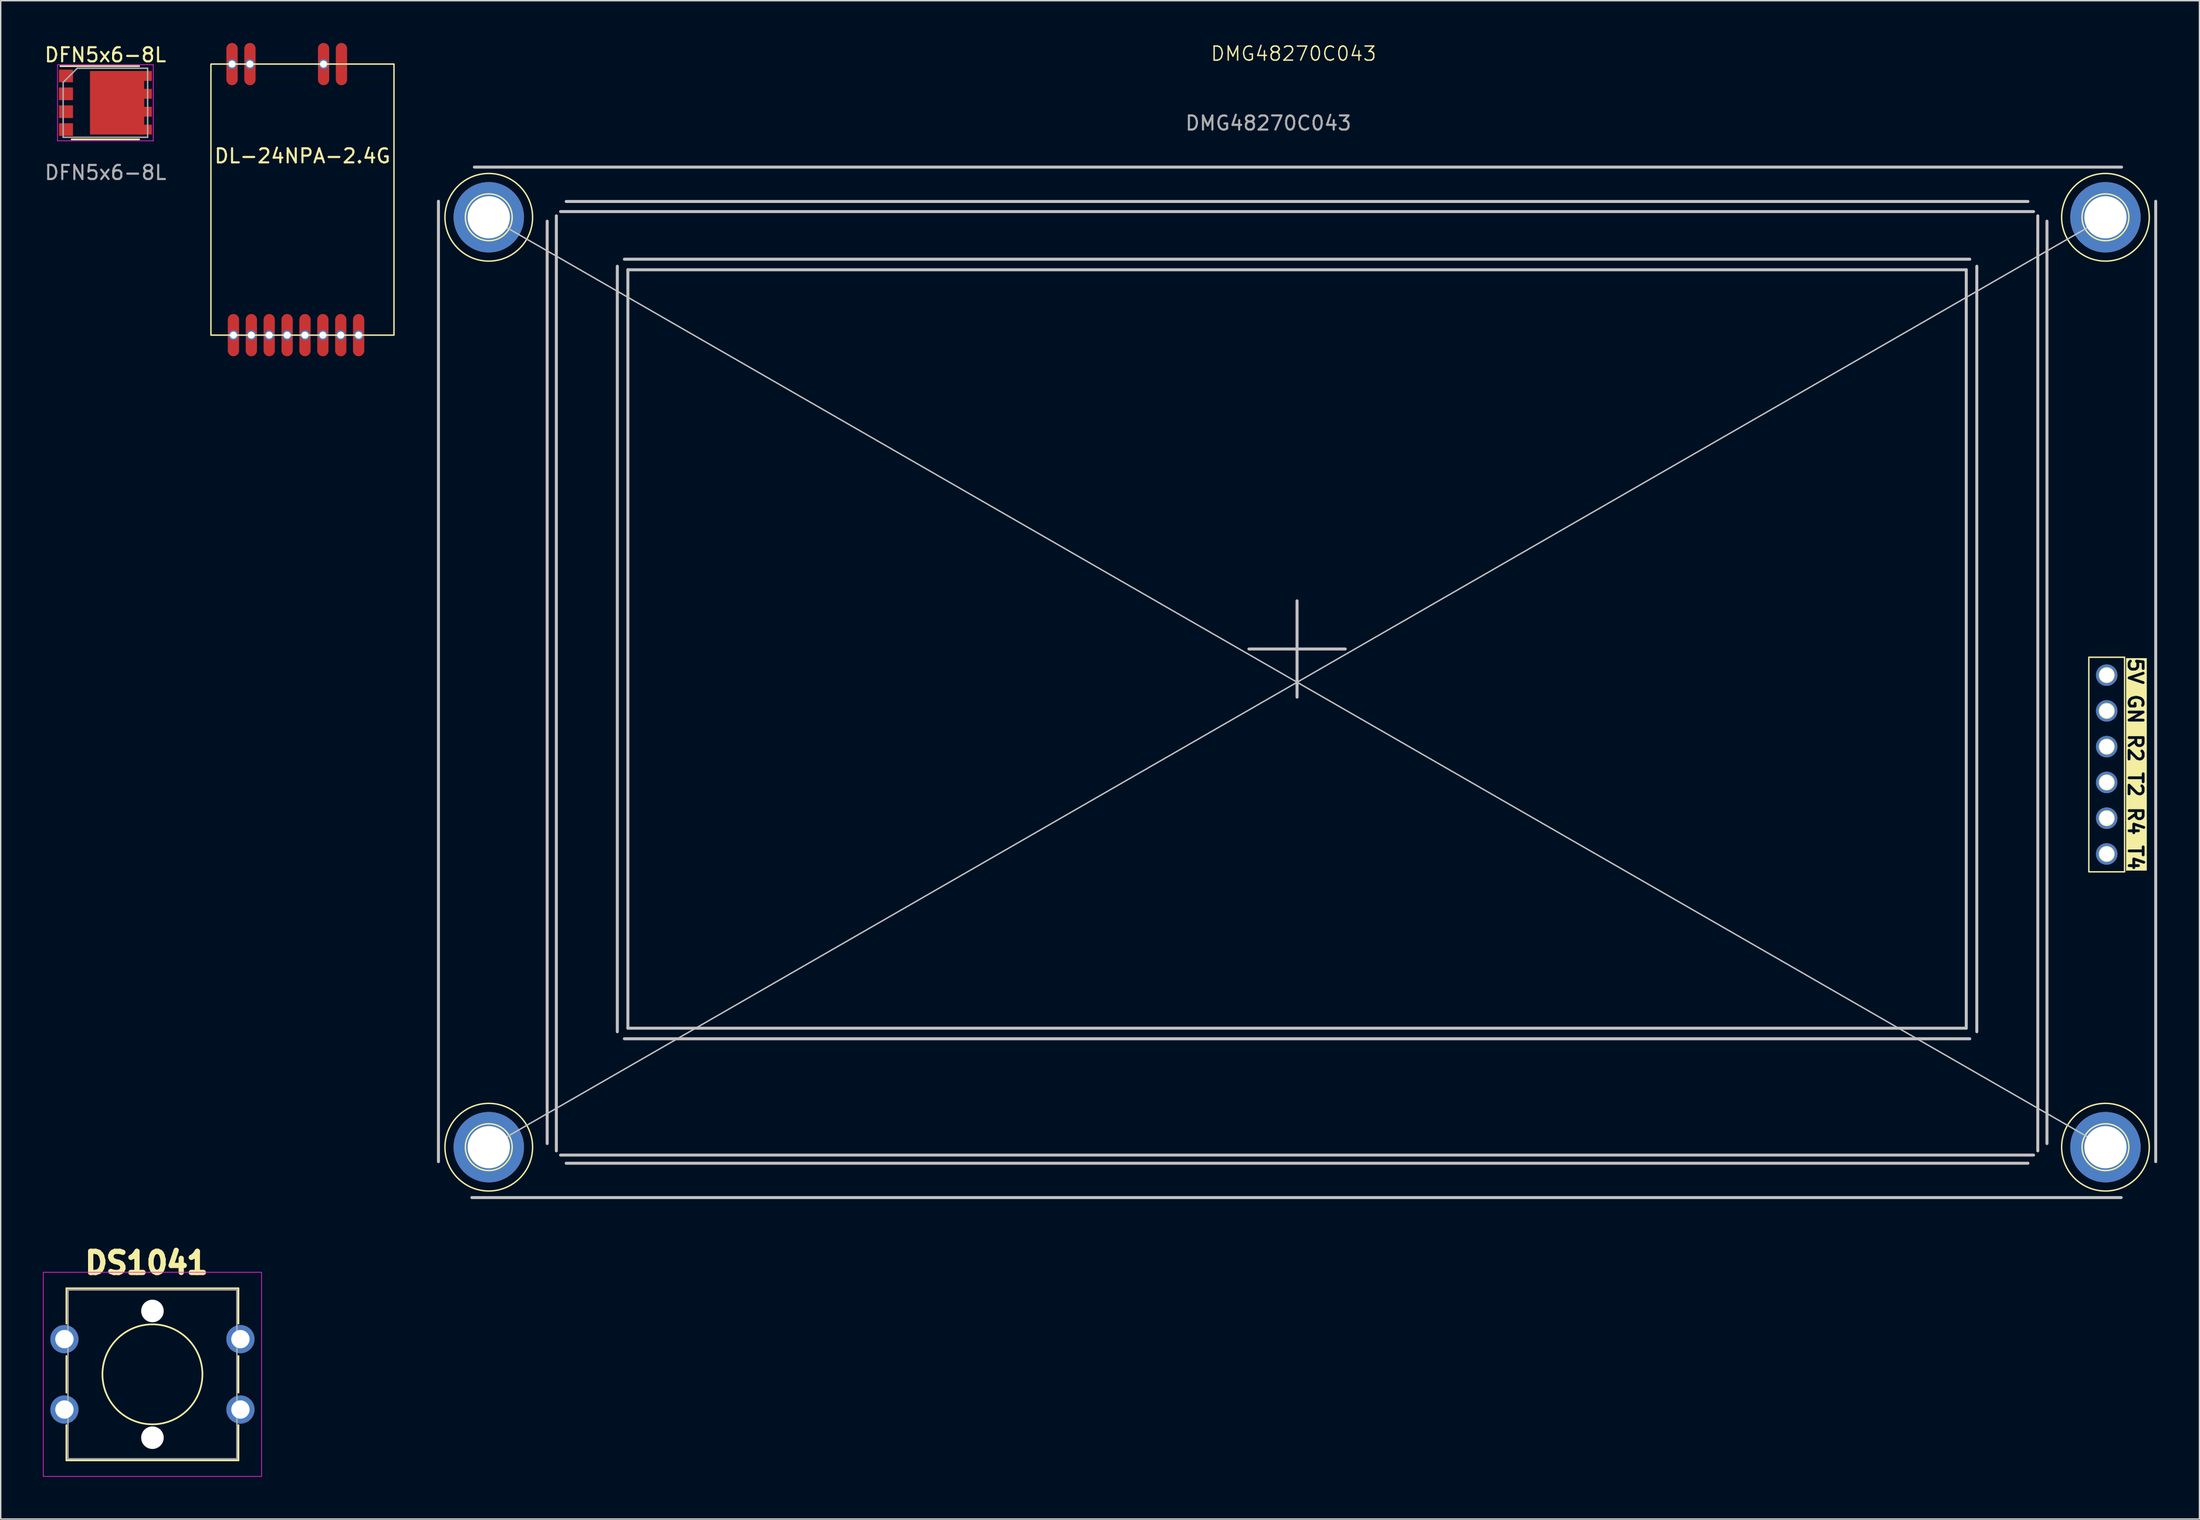
<source format=kicad_pcb>
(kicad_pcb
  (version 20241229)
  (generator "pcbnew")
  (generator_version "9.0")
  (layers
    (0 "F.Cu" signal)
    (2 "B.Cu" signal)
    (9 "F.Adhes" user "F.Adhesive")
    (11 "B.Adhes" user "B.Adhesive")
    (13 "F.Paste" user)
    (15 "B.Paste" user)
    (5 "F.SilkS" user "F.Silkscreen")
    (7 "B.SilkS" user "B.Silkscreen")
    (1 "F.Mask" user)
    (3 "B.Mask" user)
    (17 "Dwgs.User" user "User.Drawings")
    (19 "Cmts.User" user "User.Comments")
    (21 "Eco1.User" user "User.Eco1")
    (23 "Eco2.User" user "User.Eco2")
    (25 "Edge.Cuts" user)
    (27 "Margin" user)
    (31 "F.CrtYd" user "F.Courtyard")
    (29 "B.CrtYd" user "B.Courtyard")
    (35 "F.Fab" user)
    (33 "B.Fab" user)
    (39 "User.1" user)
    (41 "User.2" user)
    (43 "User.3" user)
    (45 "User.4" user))
  (footprint "DFN5x6-8L"
    (layer "F.Cu")
    (at 4.435 4.248)
    (property "Reference" "DFN5x6-8L" (at 0 -3.4 0) (layer "F.SilkS") (effects (font (size 1 1) (thickness 0.15))))
    (attr smd)
    (fp_line (start 2.4 -2.6) (end -3.2 -2.6) (stroke (width 0.12) (type solid)) (layer "F.SilkS"))
    (fp_line (start 2.4 2.6) (end -2.4 2.6) (stroke (width 0.12) (type solid)) (layer "F.SilkS"))
    (fp_line (start -3.4 -2.7) (end 3.4 -2.7) (stroke (width 0.05) (type solid)) (layer "F.CrtYd"))
    (fp_line (start -3.4 2.7) (end -3.4 -2.7) (stroke (width 0.05) (type solid)) (layer "F.CrtYd"))
    (fp_line (start 3.4 -2.7) (end 3.4 2.7) (stroke (width 0.05) (type solid)) (layer "F.CrtYd"))
    (fp_line (start 3.4 2.7) (end -3.4 2.7) (stroke (width 0.05) (type solid)) (layer "F.CrtYd"))
    (fp_line (start -3 -1.45) (end -3 2.45) (stroke (width 0.1) (type solid)) (layer "F.Fab"))
    (fp_line (start -2 -2.45) (end -3 -1.45) (stroke (width 0.1) (type solid)) (layer "F.Fab"))
    (fp_line (start -2 -2.45) (end 3 -2.45) (stroke (width 0.1) (type solid)) (layer "F.Fab"))
    (fp_line (start 3 -2.45) (end 3 2.45) (stroke (width 0.1) (type solid)) (layer "F.Fab"))
    (fp_line (start 3 2.45) (end -3 2.45) (stroke (width 0.1) (type solid)) (layer "F.Fab"))
    (fp_text user "${REFERENCE}" (at 0.01 4.96 0) (layer "F.Fab") (effects (font (size 1 1) (thickness 0.15))))
    (pad "" smd rect (at -0.19 -1.09) (size 1.1 1.57) (layers "F.Paste"))
    (pad "" smd rect (at -0.19 1.1) (size 1.1 1.57) (layers "F.Paste"))
    (pad "" smd rect (at 1.56 -1.09) (size 1.1 1.57) (layers "F.Paste"))
    (pad "" smd rect (at 1.56 1.1) (size 1.1 1.57) (layers "F.Paste"))
    (pad "1" smd rect (at -2.8 -1.905) (size 1 0.9) (layers "F.Cu" "F.Mask" "F.Paste"))
    (pad "1" smd rect (at -2.8 -0.635) (size 1 0.9) (layers "F.Cu" "F.Mask" "F.Paste"))
    (pad "1" smd rect (at -2.8 0.635) (size 1 0.9) (layers "F.Cu" "F.Mask" "F.Paste"))
    (pad "2" smd rect (at -2.8 1.905) (size 1 0.9) (layers "F.Cu" "F.Mask" "F.Paste"))
    (pad "3" smd rect (at 0.83 0) (size 3.85 4.51) (layers "F.Cu" "F.Mask"))
    (pad "3" smd rect (at 2.8 -1.905) (size 1 0.7) (layers "F.Cu" "F.Mask" "F.Paste"))
    (pad "3" smd rect (at 2.8 -0.635) (size 1 0.7) (layers "F.Cu" "F.Mask" "F.Paste"))
    (pad "3" smd rect (at 2.8 0.635) (size 1 0.7) (layers "F.Cu" "F.Mask" "F.Paste"))
    (pad "3" smd rect (at 2.8 1.905) (size 1 0.7) (layers "F.Cu" "F.Mask" "F.Paste")))
  (footprint "DL-24NPA-2.4G"
    (layer "F.Cu")
    (at 18.429 11.125)
    (property "Reference" "DL-24NPA-2.4G" (at 0 -3.1 180) (layer "F.SilkS") (effects (font (size 1 1) (thickness 0.15))))
    (attr through_hole)
    (fp_rect (start -6.5 -9.625) (end 6.5 9.625) (stroke (width 0.1) (type default)) (fill no) (layer "F.SilkS"))
    (pad "1" thru_hole circle (at -4.9 9.625 90) (size 0.7 0.7) (drill 0.5) (layers "*.Cu" "*.Mask"))
    (pad "1" smd oval (at -4.9 9.625 90) (size 3 0.8) (layers "F.Cu" "F.Mask" "F.Paste"))
    (pad "2" thru_hole circle (at -3.63 9.625 90) (size 0.7 0.7) (drill 0.5) (layers "*.Cu" "*.Mask"))
    (pad "2" smd oval (at -3.63 9.625 90) (size 3 0.8) (layers "F.Cu" "F.Mask" "F.Paste"))
    (pad "3" thru_hole circle (at -2.36 9.625 90) (size 0.7 0.7) (drill 0.5) (layers "*.Cu" "*.Mask"))
    (pad "3" smd oval (at -2.36 9.625 90) (size 3 0.8) (layers "F.Cu" "F.Mask" "F.Paste"))
    (pad "4" thru_hole circle (at -1.09 9.625 90) (size 0.7 0.7) (drill 0.5) (layers "*.Cu" "*.Mask"))
    (pad "4" smd oval (at -1.09 9.625 90) (size 3 0.8) (layers "F.Cu" "F.Mask" "F.Paste"))
    (pad "5" thru_hole circle (at 0.18 9.625 90) (size 0.7 0.7) (drill 0.5) (layers "*.Cu" "*.Mask"))
    (pad "5" smd oval (at 0.18 9.625 90) (size 3 0.8) (layers "F.Cu" "F.Mask" "F.Paste"))
    (pad "6" thru_hole circle (at 1.45 9.625 90) (size 0.7 0.7) (drill 0.5) (layers "*.Cu" "*.Mask"))
    (pad "6" smd oval (at 1.45 9.625 90) (size 3 0.8) (layers "F.Cu" "F.Mask" "F.Paste"))
    (pad "7" thru_hole circle (at 2.72 9.625 90) (size 0.7 0.7) (drill 0.5) (layers "*.Cu" "*.Mask"))
    (pad "7" smd oval (at 2.72 9.625 90) (size 3 0.8) (layers "F.Cu" "F.Mask" "F.Paste"))
    (pad "8" thru_hole circle (at -5 -9.625 90) (size 0.7 0.7) (drill 0.5) (layers "*.Cu" "*.Mask"))
    (pad "8" smd oval (at -5 -9.625 90) (size 3 0.8) (layers "F.Cu" "F.Mask" "F.Paste"))
    (pad "8" thru_hole circle (at -3.73 -9.625 90) (size 0.7 0.7) (drill 0.5) (layers "*.Cu" "*.Mask"))
    (pad "8" smd oval (at -3.73 -9.625 90) (size 3 0.8) (layers "F.Cu" "F.Mask" "F.Paste"))
    (pad "8" thru_hole circle (at 1.5 -9.625 90) (size 0.7 0.7) (drill 0.5) (layers "*.Cu" "*.Mask"))
    (pad "8" smd oval (at 1.5 -9.625 90) (size 3 0.8) (layers "F.Cu" "F.Mask" "F.Paste"))
    (pad "8" thru_hole circle (at 3.99 9.625 90) (size 0.7 0.7) (drill 0.5) (layers "*.Cu" "*.Mask"))
    (pad "8" smd oval (at 3.99 9.625 90) (size 3 0.8) (layers "F.Cu" "F.Mask" "F.Paste"))
    (pad "9" smd oval (at 2.77 -9.625 90) (size 3 0.8) (layers "F.Cu" "F.Mask" "F.Paste")))
  (footprint "DMG48270C043"
    (layer "F.Cu")
    (at 89.066 45.401)
    (property "Reference" "DMG48270C043" (at -0.25 -44.64 0) (unlocked yes) (layer "F.SilkS") (effects (font (size 1 1) (thickness 0.1))))
    (attr through_hole)
    (fp_rect (start 56.224 -1.774) (end 58.764 13.466) (stroke (width 0.1) (type default)) (fill no) (layer "F.SilkS"))
    (fp_circle (center -57.405 -33.02) (end -55.742 -33.02) (stroke (width 0.1) (type default)) (fill no) (layer "F.SilkS"))
    (fp_circle (center -57.405 -33.02) (end -54.293 -33.02) (stroke (width 0.1) (type default)) (fill no) (layer "F.SilkS"))
    (fp_circle (center -57.405 33.02) (end -55.742 33.02) (stroke (width 0.1) (type default)) (fill no) (layer "F.SilkS"))
    (fp_circle (center -57.405 33.02) (end -54.293 33.02) (stroke (width 0.1) (type default)) (fill no) (layer "F.SilkS"))
    (fp_circle (center 57.405 -33.02) (end 59.068 -33.019) (stroke (width 0.1) (type default)) (fill no) (layer "F.SilkS"))
    (fp_circle (center 57.405 -33.02) (end 60.517 -33.014) (stroke (width 0.1) (type default)) (fill no) (layer "F.SilkS"))
    (fp_circle (center 57.405 33.02) (end 59.068 33.02) (stroke (width 0.1) (type default)) (fill no) (layer "F.SilkS"))
    (fp_circle (center 57.405 33.02) (end 60.517 33.02) (stroke (width 0.1) (type default)) (fill no) (layer "F.SilkS"))
    (fp_circle (center 57.494 -0.504) (end 57.986 -0.504) (stroke (width 0.15) (type default)) (fill no) (layer "F.SilkS"))
    (fp_circle (center 57.494 2.036) (end 57.986 2.036) (stroke (width 0.15) (type default)) (fill no) (layer "F.SilkS"))
    (fp_circle (center 57.494 4.576) (end 57.986 4.576) (stroke (width 0.15) (type default)) (fill no) (layer "F.SilkS"))
    (fp_circle (center 57.494 7.116) (end 57.986 7.116) (stroke (width 0.15) (type default)) (fill no) (layer "F.SilkS"))
    (fp_circle (center 57.494 9.656) (end 57.986 9.656) (stroke (width 0.15) (type default)) (fill no) (layer "F.SilkS"))
    (fp_circle (center 57.494 12.196) (end 57.986 12.196) (stroke (width 0.15) (type default)) (fill no) (layer "F.SilkS"))
    (fp_line (start -60.98 34.047) (end -60.98 -34.157) (stroke (width 0.212) (type solid)) (layer "Dwgs.User"))
    (fp_line (start -58.428 -36.583) (end 58.548 -36.583) (stroke (width 0.212) (type solid)) (layer "Dwgs.User"))
    (fp_line (start -57.405 -33.02) (end 57.405 33.02) (stroke (width 0.1) (type default)) (layer "Dwgs.User"))
    (fp_line (start -53.257 32.762) (end -53.257 -32.743) (stroke (width 0.212) (type solid)) (layer "Dwgs.User"))
    (fp_line (start -52.607 33.281) (end -52.607 -33.123) (stroke (width 0.212) (type solid)) (layer "Dwgs.User"))
    (fp_line (start -52.307 -33.424) (end 52.3 -33.424) (stroke (width 0.212) (type solid)) (layer "Dwgs.User"))
    (fp_line (start -51.907 -34.143) (end 51.901 -34.143) (stroke (width 0.212) (type solid)) (layer "Dwgs.User"))
    (fp_line (start -48.277 24.821) (end -48.277 -29.543) (stroke (width 0.212) (type solid)) (layer "Dwgs.User"))
    (fp_line (start -47.777 -30.043) (end 47.77 -30.043) (stroke (width 0.212) (type solid)) (layer "Dwgs.User"))
    (fp_line (start -47.527 -29.292) (end 47.52 -29.292) (stroke (width 0.212) (type solid)) (layer "Dwgs.User"))
    (fp_line (start -47.527 24.569) (end -47.527 -29.292) (stroke (width 0.212) (type solid)) (layer "Dwgs.User"))
    (fp_line (start -3.423 -2.361) (end 3.417 -2.361) (stroke (width 0.212) (type solid)) (layer "Dwgs.User"))
    (fp_line (start -0.004 1.059) (end -0.004 -5.781) (stroke (width 0.212) (type solid)) (layer "Dwgs.User"))
    (fp_line (start 47.52 -29.292) (end 47.52 24.569) (stroke (width 0.212) (type solid)) (layer "Dwgs.User"))
    (fp_line (start 47.52 24.569) (end -47.527 24.569) (stroke (width 0.212) (type solid)) (layer "Dwgs.User"))
    (fp_line (start 47.77 25.321) (end -47.777 25.321) (stroke (width 0.212) (type solid)) (layer "Dwgs.User"))
    (fp_line (start 48.27 -29.543) (end 48.27 24.821) (stroke (width 0.212) (type solid)) (layer "Dwgs.User"))
    (fp_line (start 51.901 34.161) (end -51.907 34.161) (stroke (width 0.212) (type solid)) (layer "Dwgs.User"))
    (fp_line (start 52.3 33.581) (end -52.307 33.581) (stroke (width 0.212) (type solid)) (layer "Dwgs.User"))
    (fp_line (start 52.6 -33.123) (end 52.6 33.281) (stroke (width 0.212) (type solid)) (layer "Dwgs.User"))
    (fp_line (start 53.251 -32.743) (end 53.251 32.762) (stroke (width 0.212) (type solid)) (layer "Dwgs.User"))
    (fp_line (start 57.405 -33.02) (end -57.405 33.02) (stroke (width 0.1) (type default)) (layer "Dwgs.User"))
    (fp_line (start 58.523 36.6) (end -58.606 36.6) (stroke (width 0.212) (type solid)) (layer "Dwgs.User"))
    (fp_line (start 60.974 -34.157) (end 60.974 34.047) (stroke (width 0.212) (type solid)) (layer "Dwgs.User"))
    (fp_text user "5V GN R2 T2 R4 T4" (at 58.95 5.81 270) (unlocked yes) (layer "F.SilkS" knockout) (effects (font (size 1 1) (thickness 0.2) (bold yes)) (justify bottom)))
    (fp_text user "${REFERENCE}" (at -2.042 -39.708 0) (unlocked yes) (layer "F.Fab") (effects (font (size 1 1) (thickness 0.15))))
    (pad "1" thru_hole circle (at 57.494 -0.504) (size 1.524 1.524) (drill 1) (layers "*.Cu" "*.Mask"))
    (pad "2" thru_hole circle (at 57.494 2.036) (size 1.524 1.524) (drill 1) (layers "*.Cu" "*.Mask"))
    (pad "3" thru_hole circle (at 57.494 4.576) (size 1.524 1.524) (drill 1) (layers "*.Cu" "*.Mask"))
    (pad "4" thru_hole circle (at 57.494 7.116) (size 1.524 1.524) (drill 1) (layers "*.Cu" "*.Mask"))
    (pad "5" thru_hole circle (at 57.494 9.656) (size 1.524 1.524) (drill 1) (layers "*.Cu" "*.Mask"))
    (pad "6" thru_hole circle (at 57.494 12.196) (size 1.524 1.524) (drill 1) (layers "*.Cu" "*.Mask"))
    (pad "7" thru_hole circle (at -57.405 -33.02) (size 5 5) (drill 3) (layers "*.Cu" "*.Mask"))
    (pad "7" thru_hole circle (at -57.405 33.02) (size 5 5) (drill 3) (layers "*.Cu" "*.Mask"))
    (pad "7" thru_hole circle (at 57.405 -33.02) (size 5 5) (drill 3) (layers "*.Cu" "*.Mask"))
    (pad "7" thru_hole circle (at 57.405 33.02) (size 5 5) (drill 3) (layers "*.Cu" "*.Mask")))
  (footprint "DS1041"
    (layer "F.Cu")
    (at 7.775 94.553)
    (property "Reference" "DS1041" (at -0.42 -7.91 0) (layer "F.SilkS") (effects (font (size 1.5 1.5) (thickness 1) (bold yes))))
    (attr through_hole)
    (fp_line (start -6.11 -6.11) (end -6.11 -3.6) (stroke (width 0.12) (type default)) (layer "F.SilkS"))
    (fp_line (start -6.11 -6.11) (end 6.11 -6.11) (stroke (width 0.12) (type default)) (layer "F.SilkS"))
    (fp_line (start -6.11 -1.3) (end -6.11 1.3) (stroke (width 0.12) (type default)) (layer "F.SilkS"))
    (fp_line (start -6.11 3.6) (end -6.11 6.11) (stroke (width 0.12) (type default)) (layer "F.SilkS"))
    (fp_line (start 6.11 -6.11) (end 6.11 -3.6) (stroke (width 0.12) (type default)) (layer "F.SilkS"))
    (fp_line (start 6.11 -1.3) (end 6.11 1.3) (stroke (width 0.12) (type default)) (layer "F.SilkS"))
    (fp_line (start 6.11 3.6) (end 6.11 6.11) (stroke (width 0.12) (type default)) (layer "F.SilkS"))
    (fp_line (start 6.11 6.11) (end -6.11 6.11) (stroke (width 0.12) (type default)) (layer "F.SilkS"))
    (fp_circle (center 0 0) (end 3.55 0) (stroke (width 0.12) (type default)) (fill no) (layer "F.SilkS"))
    (fp_rect (start -7.75 -7.25) (end 7.75 7.25) (stroke (width 0.05) (type default)) (fill no) (layer "F.CrtYd"))
    (fp_rect (start -6 -6) (end 6 6) (stroke (width 0.1) (type default)) (fill no) (layer "F.Fab"))
    (pad "" np_thru_hole oval (at 0 -4.5) (size 1.6 1.6) (drill 1.6) (layers "*.Cu" "*.Mask"))
    (pad "" np_thru_hole oval (at 0 4.5) (size 1.6 1.6) (drill 1.6) (layers "*.Cu" "*.Mask"))
    (pad "1" thru_hole oval (at -6.25 -2.5) (size 2 2) (drill 1.3) (layers "*.Cu" "*.Mask"))
    (pad "1" thru_hole oval (at 6.25 -2.5) (size 2 2) (drill 1.3) (layers "*.Cu" "*.Mask"))
    (pad "2" thru_hole oval (at -6.25 2.5) (size 2 2) (drill 1.3) (layers "*.Cu" "*.Mask"))
    (pad "2" thru_hole oval (at 6.25 2.5) (size 2 2) (drill 1.3) (layers "*.Cu" "*.Mask")))
  (gr_rect
    (start -3 -3)
    (end 153.146 104.828)
    (stroke (width 0.1) (type default))
    (fill no)
    (layer "Edge.Cuts")))
</source>
